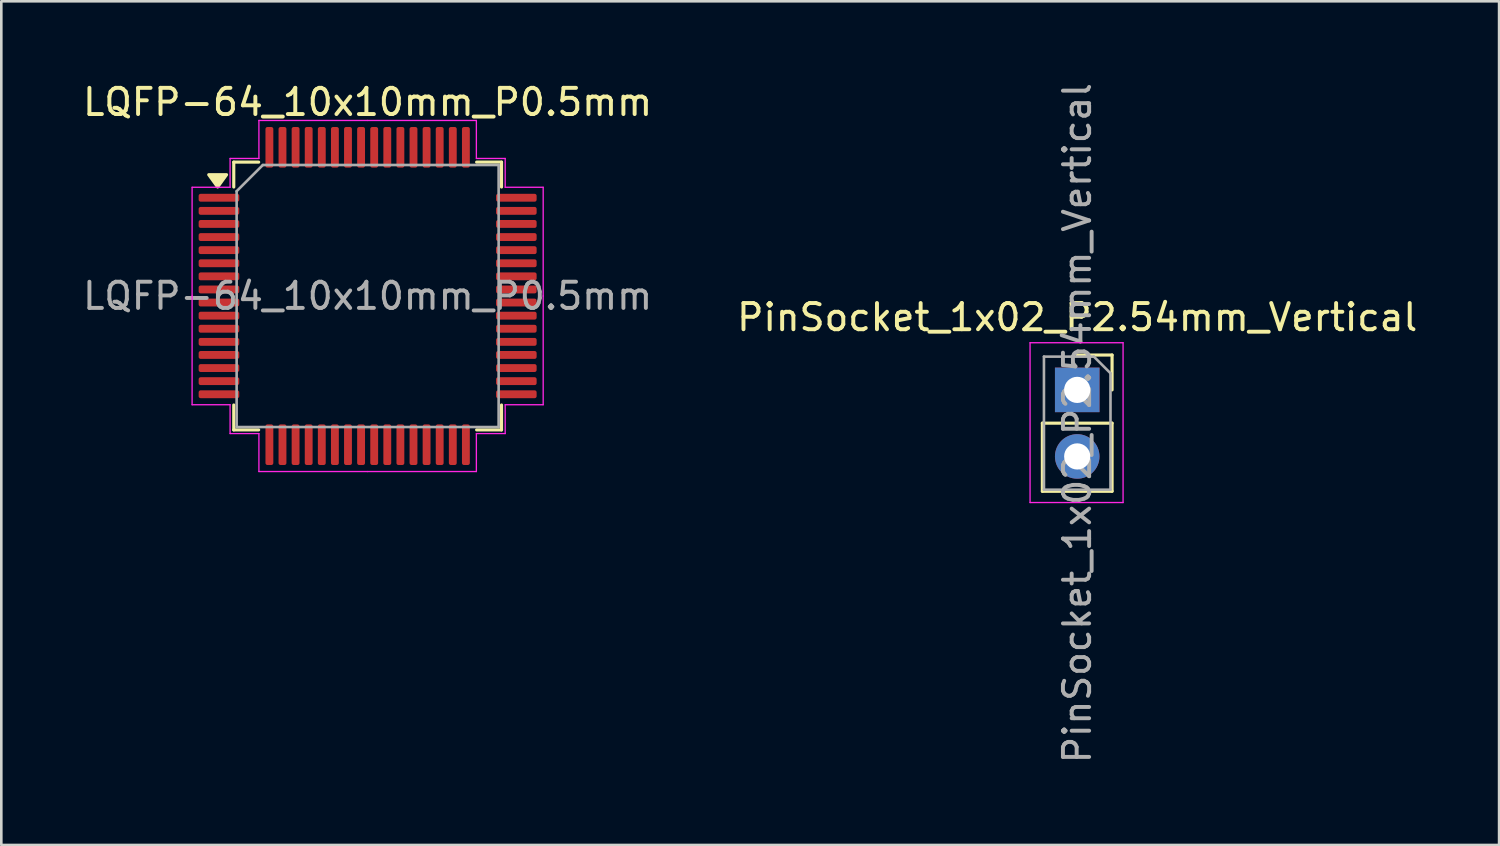
<source format=kicad_pcb>
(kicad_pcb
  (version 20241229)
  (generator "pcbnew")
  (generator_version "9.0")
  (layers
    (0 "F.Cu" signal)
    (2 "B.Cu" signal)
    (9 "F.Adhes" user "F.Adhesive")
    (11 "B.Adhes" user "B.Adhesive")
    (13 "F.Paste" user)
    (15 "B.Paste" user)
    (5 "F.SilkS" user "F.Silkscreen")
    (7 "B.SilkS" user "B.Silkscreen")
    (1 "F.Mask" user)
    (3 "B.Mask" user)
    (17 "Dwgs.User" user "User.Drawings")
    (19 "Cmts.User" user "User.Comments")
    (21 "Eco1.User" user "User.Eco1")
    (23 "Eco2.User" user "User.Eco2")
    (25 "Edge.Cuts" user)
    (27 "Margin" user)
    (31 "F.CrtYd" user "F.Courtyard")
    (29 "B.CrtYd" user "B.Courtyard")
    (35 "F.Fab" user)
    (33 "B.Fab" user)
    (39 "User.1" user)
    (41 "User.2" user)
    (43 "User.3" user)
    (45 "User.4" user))
  (footprint "LQFP-64_10x10mm_P0.5mm"
    (layer "F.Cu")
    (at 10.982 8.248)
    (property "Reference" "LQFP-64_10x10mm_P0.5mm" (at 0 -7.4 0) (layer "F.SilkS") (effects (font (size 1 1) (thickness 0.15))))
    (attr smd)
    (fp_line (start -5.11 -5.11) (end -5.11 -4.16) (stroke (width 0.12) (type solid)) (layer "F.SilkS"))
    (fp_line (start -5.11 5.11) (end -5.11 4.16) (stroke (width 0.12) (type solid)) (layer "F.SilkS"))
    (fp_line (start -4.16 -5.11) (end -5.11 -5.11) (stroke (width 0.12) (type solid)) (layer "F.SilkS"))
    (fp_line (start -4.16 5.11) (end -5.11 5.11) (stroke (width 0.12) (type solid)) (layer "F.SilkS"))
    (fp_line (start 4.16 -5.11) (end 5.11 -5.11) (stroke (width 0.12) (type solid)) (layer "F.SilkS"))
    (fp_line (start 4.16 5.11) (end 5.11 5.11) (stroke (width 0.12) (type solid)) (layer "F.SilkS"))
    (fp_line (start 5.11 -5.11) (end 5.11 -4.16) (stroke (width 0.12) (type solid)) (layer "F.SilkS"))
    (fp_line (start 5.11 5.11) (end 5.11 4.16) (stroke (width 0.12) (type solid)) (layer "F.SilkS"))
    (fp_poly (pts (xy -5.725 -4.16) (xy -6.065 -4.63) (xy -5.385 -4.63) (xy -5.725 -4.16)) (stroke (width 0.12) (type solid)) (fill yes) (layer "F.SilkS"))
    (fp_line (start -6.7 -4.15) (end -6.7 0) (stroke (width 0.05) (type solid)) (layer "F.CrtYd"))
    (fp_line (start -6.7 4.15) (end -6.7 0) (stroke (width 0.05) (type solid)) (layer "F.CrtYd"))
    (fp_line (start -5.25 -5.25) (end -5.25 -4.15) (stroke (width 0.05) (type solid)) (layer "F.CrtYd"))
    (fp_line (start -5.25 -4.15) (end -6.7 -4.15) (stroke (width 0.05) (type solid)) (layer "F.CrtYd"))
    (fp_line (start -5.25 4.15) (end -6.7 4.15) (stroke (width 0.05) (type solid)) (layer "F.CrtYd"))
    (fp_line (start -5.25 5.25) (end -5.25 4.15) (stroke (width 0.05) (type solid)) (layer "F.CrtYd"))
    (fp_line (start -4.15 -6.7) (end -4.15 -5.25) (stroke (width 0.05) (type solid)) (layer "F.CrtYd"))
    (fp_line (start -4.15 -5.25) (end -5.25 -5.25) (stroke (width 0.05) (type solid)) (layer "F.CrtYd"))
    (fp_line (start -4.15 5.25) (end -5.25 5.25) (stroke (width 0.05) (type solid)) (layer "F.CrtYd"))
    (fp_line (start -4.15 6.7) (end -4.15 5.25) (stroke (width 0.05) (type solid)) (layer "F.CrtYd"))
    (fp_line (start 0 -6.7) (end -4.15 -6.7) (stroke (width 0.05) (type solid)) (layer "F.CrtYd"))
    (fp_line (start 0 -6.7) (end 4.15 -6.7) (stroke (width 0.05) (type solid)) (layer "F.CrtYd"))
    (fp_line (start 0 6.7) (end -4.15 6.7) (stroke (width 0.05) (type solid)) (layer "F.CrtYd"))
    (fp_line (start 0 6.7) (end 4.15 6.7) (stroke (width 0.05) (type solid)) (layer "F.CrtYd"))
    (fp_line (start 4.15 -6.7) (end 4.15 -5.25) (stroke (width 0.05) (type solid)) (layer "F.CrtYd"))
    (fp_line (start 4.15 -5.25) (end 5.25 -5.25) (stroke (width 0.05) (type solid)) (layer "F.CrtYd"))
    (fp_line (start 4.15 5.25) (end 5.25 5.25) (stroke (width 0.05) (type solid)) (layer "F.CrtYd"))
    (fp_line (start 4.15 6.7) (end 4.15 5.25) (stroke (width 0.05) (type solid)) (layer "F.CrtYd"))
    (fp_line (start 5.25 -5.25) (end 5.25 -4.15) (stroke (width 0.05) (type solid)) (layer "F.CrtYd"))
    (fp_line (start 5.25 -4.15) (end 6.7 -4.15) (stroke (width 0.05) (type solid)) (layer "F.CrtYd"))
    (fp_line (start 5.25 4.15) (end 6.7 4.15) (stroke (width 0.05) (type solid)) (layer "F.CrtYd"))
    (fp_line (start 5.25 5.25) (end 5.25 4.15) (stroke (width 0.05) (type solid)) (layer "F.CrtYd"))
    (fp_line (start 6.7 -4.15) (end 6.7 0) (stroke (width 0.05) (type solid)) (layer "F.CrtYd"))
    (fp_line (start 6.7 4.15) (end 6.7 0) (stroke (width 0.05) (type solid)) (layer "F.CrtYd"))
    (fp_line (start -5 -4) (end -4 -5) (stroke (width 0.1) (type solid)) (layer "F.Fab"))
    (fp_line (start -5 5) (end -5 -4) (stroke (width 0.1) (type solid)) (layer "F.Fab"))
    (fp_line (start -4 -5) (end 5 -5) (stroke (width 0.1) (type solid)) (layer "F.Fab"))
    (fp_line (start 5 -5) (end 5 5) (stroke (width 0.1) (type solid)) (layer "F.Fab"))
    (fp_line (start 5 5) (end -5 5) (stroke (width 0.1) (type solid)) (layer "F.Fab"))
    (fp_text user "${REFERENCE}" (at 0 0 0) (layer "F.Fab") (effects (font (size 1 1) (thickness 0.15))))
    (pad "1" smd roundrect (at -5.675 -3.75) (size 1.55 0.3) (layers "F.Cu" "F.Mask" "F.Paste") (roundrect_rratio 0.25))
    (pad "2" smd roundrect (at -5.675 -3.25) (size 1.55 0.3) (layers "F.Cu" "F.Mask" "F.Paste") (roundrect_rratio 0.25))
    (pad "3" smd roundrect (at -5.675 -2.75) (size 1.55 0.3) (layers "F.Cu" "F.Mask" "F.Paste") (roundrect_rratio 0.25))
    (pad "4" smd roundrect (at -5.675 -2.25) (size 1.55 0.3) (layers "F.Cu" "F.Mask" "F.Paste") (roundrect_rratio 0.25))
    (pad "5" smd roundrect (at -5.675 -1.75) (size 1.55 0.3) (layers "F.Cu" "F.Mask" "F.Paste") (roundrect_rratio 0.25))
    (pad "6" smd roundrect (at -5.675 -1.25) (size 1.55 0.3) (layers "F.Cu" "F.Mask" "F.Paste") (roundrect_rratio 0.25))
    (pad "7" smd roundrect (at -5.675 -0.75) (size 1.55 0.3) (layers "F.Cu" "F.Mask" "F.Paste") (roundrect_rratio 0.25))
    (pad "8" smd roundrect (at -5.675 -0.25) (size 1.55 0.3) (layers "F.Cu" "F.Mask" "F.Paste") (roundrect_rratio 0.25))
    (pad "9" smd roundrect (at -5.675 0.25) (size 1.55 0.3) (layers "F.Cu" "F.Mask" "F.Paste") (roundrect_rratio 0.25))
    (pad "10" smd roundrect (at -5.675 0.75) (size 1.55 0.3) (layers "F.Cu" "F.Mask" "F.Paste") (roundrect_rratio 0.25))
    (pad "11" smd roundrect (at -5.675 1.25) (size 1.55 0.3) (layers "F.Cu" "F.Mask" "F.Paste") (roundrect_rratio 0.25))
    (pad "12" smd roundrect (at -5.675 1.75) (size 1.55 0.3) (layers "F.Cu" "F.Mask" "F.Paste") (roundrect_rratio 0.25))
    (pad "13" smd roundrect (at -5.675 2.25) (size 1.55 0.3) (layers "F.Cu" "F.Mask" "F.Paste") (roundrect_rratio 0.25))
    (pad "14" smd roundrect (at -5.675 2.75) (size 1.55 0.3) (layers "F.Cu" "F.Mask" "F.Paste") (roundrect_rratio 0.25))
    (pad "15" smd roundrect (at -5.675 3.25) (size 1.55 0.3) (layers "F.Cu" "F.Mask" "F.Paste") (roundrect_rratio 0.25))
    (pad "16" smd roundrect (at -5.675 3.75) (size 1.55 0.3) (layers "F.Cu" "F.Mask" "F.Paste") (roundrect_rratio 0.25))
    (pad "17" smd roundrect (at -3.75 5.675) (size 0.3 1.55) (layers "F.Cu" "F.Mask" "F.Paste") (roundrect_rratio 0.25))
    (pad "18" smd roundrect (at -3.25 5.675) (size 0.3 1.55) (layers "F.Cu" "F.Mask" "F.Paste") (roundrect_rratio 0.25))
    (pad "19" smd roundrect (at -2.75 5.675) (size 0.3 1.55) (layers "F.Cu" "F.Mask" "F.Paste") (roundrect_rratio 0.25))
    (pad "20" smd roundrect (at -2.25 5.675) (size 0.3 1.55) (layers "F.Cu" "F.Mask" "F.Paste") (roundrect_rratio 0.25))
    (pad "21" smd roundrect (at -1.75 5.675) (size 0.3 1.55) (layers "F.Cu" "F.Mask" "F.Paste") (roundrect_rratio 0.25))
    (pad "22" smd roundrect (at -1.25 5.675) (size 0.3 1.55) (layers "F.Cu" "F.Mask" "F.Paste") (roundrect_rratio 0.25))
    (pad "23" smd roundrect (at -0.75 5.675) (size 0.3 1.55) (layers "F.Cu" "F.Mask" "F.Paste") (roundrect_rratio 0.25))
    (pad "24" smd roundrect (at -0.25 5.675) (size 0.3 1.55) (layers "F.Cu" "F.Mask" "F.Paste") (roundrect_rratio 0.25))
    (pad "25" smd roundrect (at 0.25 5.675) (size 0.3 1.55) (layers "F.Cu" "F.Mask" "F.Paste") (roundrect_rratio 0.25))
    (pad "26" smd roundrect (at 0.75 5.675) (size 0.3 1.55) (layers "F.Cu" "F.Mask" "F.Paste") (roundrect_rratio 0.25))
    (pad "27" smd roundrect (at 1.25 5.675) (size 0.3 1.55) (layers "F.Cu" "F.Mask" "F.Paste") (roundrect_rratio 0.25))
    (pad "28" smd roundrect (at 1.75 5.675) (size 0.3 1.55) (layers "F.Cu" "F.Mask" "F.Paste") (roundrect_rratio 0.25))
    (pad "29" smd roundrect (at 2.25 5.675) (size 0.3 1.55) (layers "F.Cu" "F.Mask" "F.Paste") (roundrect_rratio 0.25))
    (pad "30" smd roundrect (at 2.75 5.675) (size 0.3 1.55) (layers "F.Cu" "F.Mask" "F.Paste") (roundrect_rratio 0.25))
    (pad "31" smd roundrect (at 3.25 5.675) (size 0.3 1.55) (layers "F.Cu" "F.Mask" "F.Paste") (roundrect_rratio 0.25))
    (pad "32" smd roundrect (at 3.75 5.675) (size 0.3 1.55) (layers "F.Cu" "F.Mask" "F.Paste") (roundrect_rratio 0.25))
    (pad "33" smd roundrect (at 5.675 3.75) (size 1.55 0.3) (layers "F.Cu" "F.Mask" "F.Paste") (roundrect_rratio 0.25))
    (pad "34" smd roundrect (at 5.675 3.25) (size 1.55 0.3) (layers "F.Cu" "F.Mask" "F.Paste") (roundrect_rratio 0.25))
    (pad "35" smd roundrect (at 5.675 2.75) (size 1.55 0.3) (layers "F.Cu" "F.Mask" "F.Paste") (roundrect_rratio 0.25))
    (pad "36" smd roundrect (at 5.675 2.25) (size 1.55 0.3) (layers "F.Cu" "F.Mask" "F.Paste") (roundrect_rratio 0.25))
    (pad "37" smd roundrect (at 5.675 1.75) (size 1.55 0.3) (layers "F.Cu" "F.Mask" "F.Paste") (roundrect_rratio 0.25))
    (pad "38" smd roundrect (at 5.675 1.25) (size 1.55 0.3) (layers "F.Cu" "F.Mask" "F.Paste") (roundrect_rratio 0.25))
    (pad "39" smd roundrect (at 5.675 0.75) (size 1.55 0.3) (layers "F.Cu" "F.Mask" "F.Paste") (roundrect_rratio 0.25))
    (pad "40" smd roundrect (at 5.675 0.25) (size 1.55 0.3) (layers "F.Cu" "F.Mask" "F.Paste") (roundrect_rratio 0.25))
    (pad "41" smd roundrect (at 5.675 -0.25) (size 1.55 0.3) (layers "F.Cu" "F.Mask" "F.Paste") (roundrect_rratio 0.25))
    (pad "42" smd roundrect (at 5.675 -0.75) (size 1.55 0.3) (layers "F.Cu" "F.Mask" "F.Paste") (roundrect_rratio 0.25))
    (pad "43" smd roundrect (at 5.675 -1.25) (size 1.55 0.3) (layers "F.Cu" "F.Mask" "F.Paste") (roundrect_rratio 0.25))
    (pad "44" smd roundrect (at 5.675 -1.75) (size 1.55 0.3) (layers "F.Cu" "F.Mask" "F.Paste") (roundrect_rratio 0.25))
    (pad "45" smd roundrect (at 5.675 -2.25) (size 1.55 0.3) (layers "F.Cu" "F.Mask" "F.Paste") (roundrect_rratio 0.25))
    (pad "46" smd roundrect (at 5.675 -2.75) (size 1.55 0.3) (layers "F.Cu" "F.Mask" "F.Paste") (roundrect_rratio 0.25))
    (pad "47" smd roundrect (at 5.675 -3.25) (size 1.55 0.3) (layers "F.Cu" "F.Mask" "F.Paste") (roundrect_rratio 0.25))
    (pad "48" smd roundrect (at 5.675 -3.75) (size 1.55 0.3) (layers "F.Cu" "F.Mask" "F.Paste") (roundrect_rratio 0.25))
    (pad "49" smd roundrect (at 3.75 -5.675) (size 0.3 1.55) (layers "F.Cu" "F.Mask" "F.Paste") (roundrect_rratio 0.25))
    (pad "50" smd roundrect (at 3.25 -5.675) (size 0.3 1.55) (layers "F.Cu" "F.Mask" "F.Paste") (roundrect_rratio 0.25))
    (pad "51" smd roundrect (at 2.75 -5.675) (size 0.3 1.55) (layers "F.Cu" "F.Mask" "F.Paste") (roundrect_rratio 0.25))
    (pad "52" smd roundrect (at 2.25 -5.675) (size 0.3 1.55) (layers "F.Cu" "F.Mask" "F.Paste") (roundrect_rratio 0.25))
    (pad "53" smd roundrect (at 1.75 -5.675) (size 0.3 1.55) (layers "F.Cu" "F.Mask" "F.Paste") (roundrect_rratio 0.25))
    (pad "54" smd roundrect (at 1.25 -5.675) (size 0.3 1.55) (layers "F.Cu" "F.Mask" "F.Paste") (roundrect_rratio 0.25))
    (pad "55" smd roundrect (at 0.75 -5.675) (size 0.3 1.55) (layers "F.Cu" "F.Mask" "F.Paste") (roundrect_rratio 0.25))
    (pad "56" smd roundrect (at 0.25 -5.675) (size 0.3 1.55) (layers "F.Cu" "F.Mask" "F.Paste") (roundrect_rratio 0.25))
    (pad "57" smd roundrect (at -0.25 -5.675) (size 0.3 1.55) (layers "F.Cu" "F.Mask" "F.Paste") (roundrect_rratio 0.25))
    (pad "58" smd roundrect (at -0.75 -5.675) (size 0.3 1.55) (layers "F.Cu" "F.Mask" "F.Paste") (roundrect_rratio 0.25))
    (pad "59" smd roundrect (at -1.25 -5.675) (size 0.3 1.55) (layers "F.Cu" "F.Mask" "F.Paste") (roundrect_rratio 0.25))
    (pad "60" smd roundrect (at -1.75 -5.675) (size 0.3 1.55) (layers "F.Cu" "F.Mask" "F.Paste") (roundrect_rratio 0.25))
    (pad "61" smd roundrect (at -2.25 -5.675) (size 0.3 1.55) (layers "F.Cu" "F.Mask" "F.Paste") (roundrect_rratio 0.25))
    (pad "62" smd roundrect (at -2.75 -5.675) (size 0.3 1.55) (layers "F.Cu" "F.Mask" "F.Paste") (roundrect_rratio 0.25))
    (pad "63" smd roundrect (at -3.25 -5.675) (size 0.3 1.55) (layers "F.Cu" "F.Mask" "F.Paste") (roundrect_rratio 0.25))
    (pad "64" smd roundrect (at -3.75 -5.675) (size 0.3 1.55) (layers "F.Cu" "F.Mask" "F.Paste") (roundrect_rratio 0.25)))
  (footprint "PinSocket_1x02_P2.54mm_Vertical"
    (layer "F.Cu")
    (at 38.065 11.831)
    (property "Reference" "PinSocket_1x02_P2.54mm_Vertical" (at 0 -2.77 0) (layer "F.SilkS") (effects (font (size 1 1) (thickness 0.15))))
    (attr through_hole)
    (fp_line (start -1.33 1.27) (end -1.33 3.87) (stroke (width 0.12) (type solid)) (layer "F.SilkS"))
    (fp_line (start -1.33 1.27) (end 1.33 1.27) (stroke (width 0.12) (type solid)) (layer "F.SilkS"))
    (fp_line (start -1.33 3.87) (end 1.33 3.87) (stroke (width 0.12) (type solid)) (layer "F.SilkS"))
    (fp_line (start 0 -1.33) (end 1.33 -1.33) (stroke (width 0.12) (type solid)) (layer "F.SilkS"))
    (fp_line (start 1.33 -1.33) (end 1.33 0) (stroke (width 0.12) (type solid)) (layer "F.SilkS"))
    (fp_line (start 1.33 1.27) (end 1.33 3.87) (stroke (width 0.12) (type solid)) (layer "F.SilkS"))
    (fp_line (start -1.8 -1.8) (end 1.75 -1.8) (stroke (width 0.05) (type solid)) (layer "F.CrtYd"))
    (fp_line (start -1.8 4.3) (end -1.8 -1.8) (stroke (width 0.05) (type solid)) (layer "F.CrtYd"))
    (fp_line (start 1.75 -1.8) (end 1.75 4.3) (stroke (width 0.05) (type solid)) (layer "F.CrtYd"))
    (fp_line (start 1.75 4.3) (end -1.8 4.3) (stroke (width 0.05) (type solid)) (layer "F.CrtYd"))
    (fp_line (start -1.27 -1.27) (end 0.635 -1.27) (stroke (width 0.1) (type solid)) (layer "F.Fab"))
    (fp_line (start -1.27 3.81) (end -1.27 -1.27) (stroke (width 0.1) (type solid)) (layer "F.Fab"))
    (fp_line (start 0.635 -1.27) (end 1.27 -0.635) (stroke (width 0.1) (type solid)) (layer "F.Fab"))
    (fp_line (start 1.27 -0.635) (end 1.27 3.81) (stroke (width 0.1) (type solid)) (layer "F.Fab"))
    (fp_line (start 1.27 3.81) (end -1.27 3.81) (stroke (width 0.1) (type solid)) (layer "F.Fab"))
    (fp_text user "${REFERENCE}" (at 0 1.27 90) (layer "F.Fab") (effects (font (size 1 1) (thickness 0.15))))
    (pad "1" thru_hole rect (at 0 0) (size 1.7 1.7) (drill 1) (layers "*.Cu" "*.Mask"))
    (pad "2" thru_hole oval (at 0 2.54) (size 1.7 1.7) (drill 1) (layers "*.Cu" "*.Mask")))
  (gr_rect
    (start -3 -3)
    (end 54.167 29.202)
    (stroke (width 0.1) (type default))
    (fill no)
    (layer "Edge.Cuts")))
</source>
